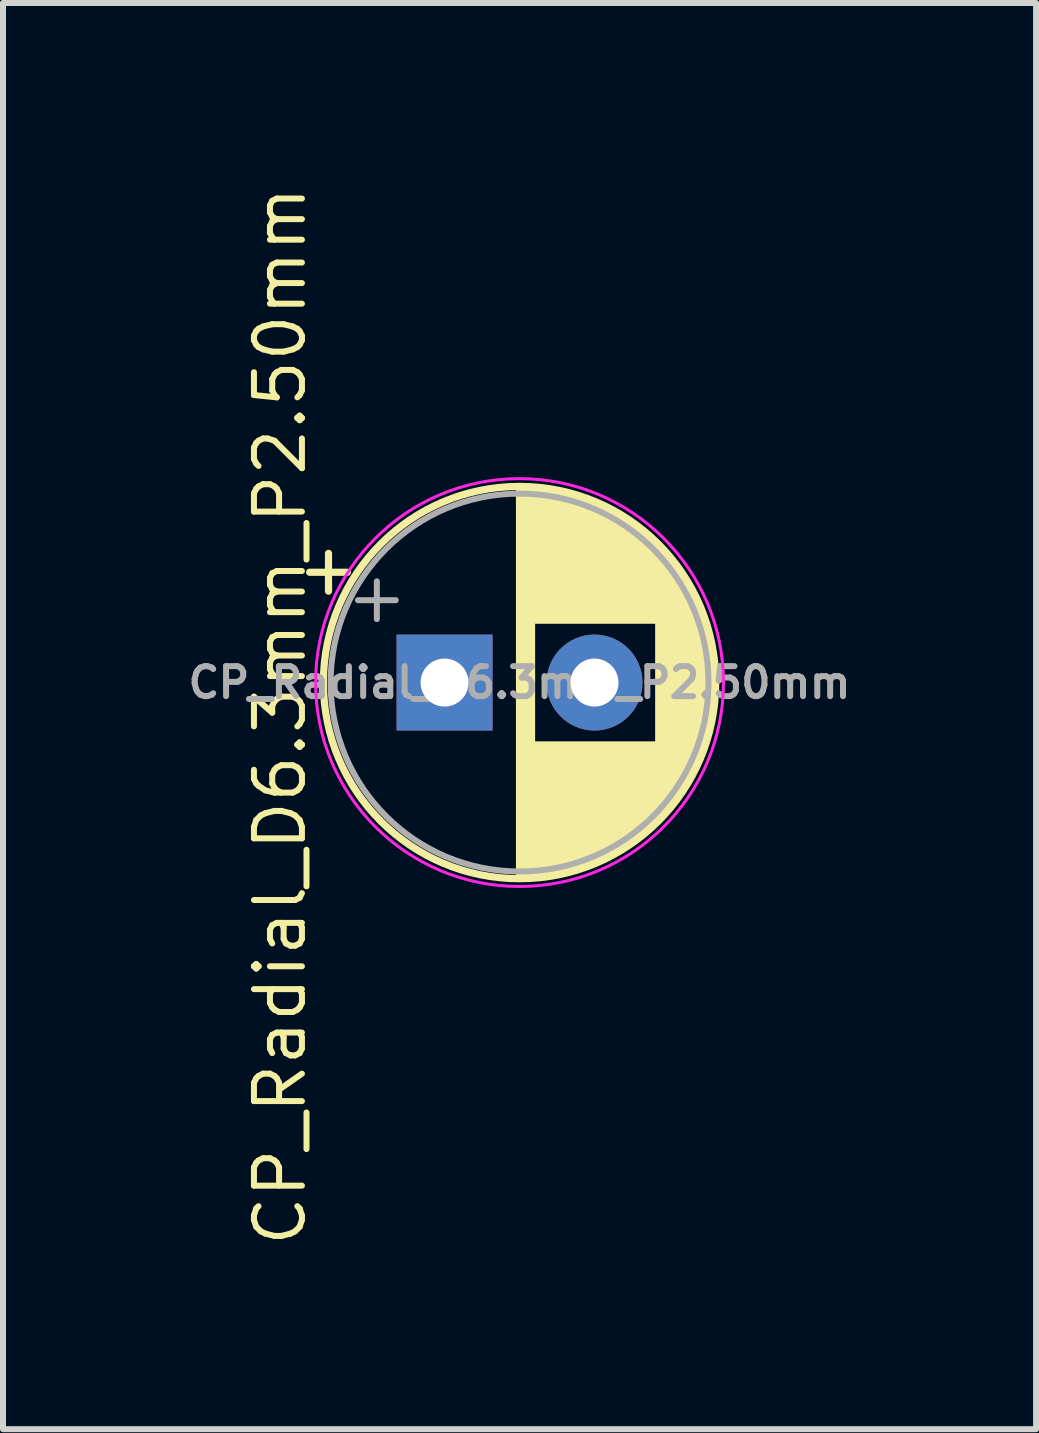
<source format=kicad_pcb>
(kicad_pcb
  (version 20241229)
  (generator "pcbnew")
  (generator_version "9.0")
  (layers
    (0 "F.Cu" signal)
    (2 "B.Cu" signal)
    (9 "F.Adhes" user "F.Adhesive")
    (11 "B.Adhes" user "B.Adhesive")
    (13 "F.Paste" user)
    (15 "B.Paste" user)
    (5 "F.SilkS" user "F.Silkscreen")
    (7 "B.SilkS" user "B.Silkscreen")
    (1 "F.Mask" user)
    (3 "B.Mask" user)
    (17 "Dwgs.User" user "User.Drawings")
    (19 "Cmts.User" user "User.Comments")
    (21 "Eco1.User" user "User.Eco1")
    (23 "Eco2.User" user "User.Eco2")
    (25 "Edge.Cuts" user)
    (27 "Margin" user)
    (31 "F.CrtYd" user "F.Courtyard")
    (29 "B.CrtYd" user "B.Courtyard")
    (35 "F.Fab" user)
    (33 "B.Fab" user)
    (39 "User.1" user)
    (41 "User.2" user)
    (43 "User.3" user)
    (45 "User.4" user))
  (footprint "CP_Radial_D6.3mm_P2.50mm"
    (layer "F.Cu")
    (at 4.362 8.33)
    (property "Reference" "CP_Radial_D6.3mm_P2.50mm" (at -2.743 0.559 90) (layer "F.SilkS") (effects (font (size 0.8 0.8) (thickness 0.1))))
    (attr through_hole)
    (fp_line (start -2.25 -1.839) (end -1.62 -1.839) (stroke (width 0.12) (type solid)) (layer "F.SilkS"))
    (fp_line (start -1.935 -2.154) (end -1.935 -1.524) (stroke (width 0.12) (type solid)) (layer "F.SilkS"))
    (fp_line (start 1.25 -3.23) (end 1.25 3.23) (stroke (width 0.12) (type solid)) (layer "F.SilkS"))
    (fp_line (start 1.29 -3.23) (end 1.29 3.23) (stroke (width 0.12) (type solid)) (layer "F.SilkS"))
    (fp_line (start 1.33 -3.23) (end 1.33 3.23) (stroke (width 0.12) (type solid)) (layer "F.SilkS"))
    (fp_line (start 1.37 -3.228) (end 1.37 3.228) (stroke (width 0.12) (type solid)) (layer "F.SilkS"))
    (fp_line (start 1.41 -3.227) (end 1.41 3.227) (stroke (width 0.12) (type solid)) (layer "F.SilkS"))
    (fp_line (start 1.45 -3.224) (end 1.45 3.224) (stroke (width 0.12) (type solid)) (layer "F.SilkS"))
    (fp_line (start 1.49 -3.222) (end 1.49 -1.04) (stroke (width 0.12) (type solid)) (layer "F.SilkS"))
    (fp_line (start 1.49 1.04) (end 1.49 3.222) (stroke (width 0.12) (type solid)) (layer "F.SilkS"))
    (fp_line (start 1.53 -3.218) (end 1.53 -1.04) (stroke (width 0.12) (type solid)) (layer "F.SilkS"))
    (fp_line (start 1.53 1.04) (end 1.53 3.218) (stroke (width 0.12) (type solid)) (layer "F.SilkS"))
    (fp_line (start 1.57 -3.215) (end 1.57 -1.04) (stroke (width 0.12) (type solid)) (layer "F.SilkS"))
    (fp_line (start 1.57 1.04) (end 1.57 3.215) (stroke (width 0.12) (type solid)) (layer "F.SilkS"))
    (fp_line (start 1.61 -3.211) (end 1.61 -1.04) (stroke (width 0.12) (type solid)) (layer "F.SilkS"))
    (fp_line (start 1.61 1.04) (end 1.61 3.211) (stroke (width 0.12) (type solid)) (layer "F.SilkS"))
    (fp_line (start 1.65 -3.206) (end 1.65 -1.04) (stroke (width 0.12) (type solid)) (layer "F.SilkS"))
    (fp_line (start 1.65 1.04) (end 1.65 3.206) (stroke (width 0.12) (type solid)) (layer "F.SilkS"))
    (fp_line (start 1.69 -3.201) (end 1.69 -1.04) (stroke (width 0.12) (type solid)) (layer "F.SilkS"))
    (fp_line (start 1.69 1.04) (end 1.69 3.201) (stroke (width 0.12) (type solid)) (layer "F.SilkS"))
    (fp_line (start 1.73 -3.195) (end 1.73 -1.04) (stroke (width 0.12) (type solid)) (layer "F.SilkS"))
    (fp_line (start 1.73 1.04) (end 1.73 3.195) (stroke (width 0.12) (type solid)) (layer "F.SilkS"))
    (fp_line (start 1.77 -3.189) (end 1.77 -1.04) (stroke (width 0.12) (type solid)) (layer "F.SilkS"))
    (fp_line (start 1.77 1.04) (end 1.77 3.189) (stroke (width 0.12) (type solid)) (layer "F.SilkS"))
    (fp_line (start 1.81 -3.182) (end 1.81 -1.04) (stroke (width 0.12) (type solid)) (layer "F.SilkS"))
    (fp_line (start 1.81 1.04) (end 1.81 3.182) (stroke (width 0.12) (type solid)) (layer "F.SilkS"))
    (fp_line (start 1.85 -3.175) (end 1.85 -1.04) (stroke (width 0.12) (type solid)) (layer "F.SilkS"))
    (fp_line (start 1.85 1.04) (end 1.85 3.175) (stroke (width 0.12) (type solid)) (layer "F.SilkS"))
    (fp_line (start 1.89 -3.167) (end 1.89 -1.04) (stroke (width 0.12) (type solid)) (layer "F.SilkS"))
    (fp_line (start 1.89 1.04) (end 1.89 3.167) (stroke (width 0.12) (type solid)) (layer "F.SilkS"))
    (fp_line (start 1.93 -3.159) (end 1.93 -1.04) (stroke (width 0.12) (type solid)) (layer "F.SilkS"))
    (fp_line (start 1.93 1.04) (end 1.93 3.159) (stroke (width 0.12) (type solid)) (layer "F.SilkS"))
    (fp_line (start 1.971 -3.15) (end 1.971 -1.04) (stroke (width 0.12) (type solid)) (layer "F.SilkS"))
    (fp_line (start 1.971 1.04) (end 1.971 3.15) (stroke (width 0.12) (type solid)) (layer "F.SilkS"))
    (fp_line (start 2.011 -3.141) (end 2.011 -1.04) (stroke (width 0.12) (type solid)) (layer "F.SilkS"))
    (fp_line (start 2.011 1.04) (end 2.011 3.141) (stroke (width 0.12) (type solid)) (layer "F.SilkS"))
    (fp_line (start 2.051 -3.131) (end 2.051 -1.04) (stroke (width 0.12) (type solid)) (layer "F.SilkS"))
    (fp_line (start 2.051 1.04) (end 2.051 3.131) (stroke (width 0.12) (type solid)) (layer "F.SilkS"))
    (fp_line (start 2.091 -3.121) (end 2.091 -1.04) (stroke (width 0.12) (type solid)) (layer "F.SilkS"))
    (fp_line (start 2.091 1.04) (end 2.091 3.121) (stroke (width 0.12) (type solid)) (layer "F.SilkS"))
    (fp_line (start 2.131 -3.11) (end 2.131 -1.04) (stroke (width 0.12) (type solid)) (layer "F.SilkS"))
    (fp_line (start 2.131 1.04) (end 2.131 3.11) (stroke (width 0.12) (type solid)) (layer "F.SilkS"))
    (fp_line (start 2.171 -3.098) (end 2.171 -1.04) (stroke (width 0.12) (type solid)) (layer "F.SilkS"))
    (fp_line (start 2.171 1.04) (end 2.171 3.098) (stroke (width 0.12) (type solid)) (layer "F.SilkS"))
    (fp_line (start 2.211 -3.086) (end 2.211 -1.04) (stroke (width 0.12) (type solid)) (layer "F.SilkS"))
    (fp_line (start 2.211 1.04) (end 2.211 3.086) (stroke (width 0.12) (type solid)) (layer "F.SilkS"))
    (fp_line (start 2.251 -3.074) (end 2.251 -1.04) (stroke (width 0.12) (type solid)) (layer "F.SilkS"))
    (fp_line (start 2.251 1.04) (end 2.251 3.074) (stroke (width 0.12) (type solid)) (layer "F.SilkS"))
    (fp_line (start 2.291 -3.061) (end 2.291 -1.04) (stroke (width 0.12) (type solid)) (layer "F.SilkS"))
    (fp_line (start 2.291 1.04) (end 2.291 3.061) (stroke (width 0.12) (type solid)) (layer "F.SilkS"))
    (fp_line (start 2.331 -3.047) (end 2.331 -1.04) (stroke (width 0.12) (type solid)) (layer "F.SilkS"))
    (fp_line (start 2.331 1.04) (end 2.331 3.047) (stroke (width 0.12) (type solid)) (layer "F.SilkS"))
    (fp_line (start 2.371 -3.033) (end 2.371 -1.04) (stroke (width 0.12) (type solid)) (layer "F.SilkS"))
    (fp_line (start 2.371 1.04) (end 2.371 3.033) (stroke (width 0.12) (type solid)) (layer "F.SilkS"))
    (fp_line (start 2.411 -3.018) (end 2.411 -1.04) (stroke (width 0.12) (type solid)) (layer "F.SilkS"))
    (fp_line (start 2.411 1.04) (end 2.411 3.018) (stroke (width 0.12) (type solid)) (layer "F.SilkS"))
    (fp_line (start 2.451 -3.002) (end 2.451 -1.04) (stroke (width 0.12) (type solid)) (layer "F.SilkS"))
    (fp_line (start 2.451 1.04) (end 2.451 3.002) (stroke (width 0.12) (type solid)) (layer "F.SilkS"))
    (fp_line (start 2.491 -2.986) (end 2.491 -1.04) (stroke (width 0.12) (type solid)) (layer "F.SilkS"))
    (fp_line (start 2.491 1.04) (end 2.491 2.986) (stroke (width 0.12) (type solid)) (layer "F.SilkS"))
    (fp_line (start 2.531 -2.97) (end 2.531 -1.04) (stroke (width 0.12) (type solid)) (layer "F.SilkS"))
    (fp_line (start 2.531 1.04) (end 2.531 2.97) (stroke (width 0.12) (type solid)) (layer "F.SilkS"))
    (fp_line (start 2.571 -2.952) (end 2.571 -1.04) (stroke (width 0.12) (type solid)) (layer "F.SilkS"))
    (fp_line (start 2.571 1.04) (end 2.571 2.952) (stroke (width 0.12) (type solid)) (layer "F.SilkS"))
    (fp_line (start 2.611 -2.934) (end 2.611 -1.04) (stroke (width 0.12) (type solid)) (layer "F.SilkS"))
    (fp_line (start 2.611 1.04) (end 2.611 2.934) (stroke (width 0.12) (type solid)) (layer "F.SilkS"))
    (fp_line (start 2.651 -2.916) (end 2.651 -1.04) (stroke (width 0.12) (type solid)) (layer "F.SilkS"))
    (fp_line (start 2.651 1.04) (end 2.651 2.916) (stroke (width 0.12) (type solid)) (layer "F.SilkS"))
    (fp_line (start 2.691 -2.896) (end 2.691 -1.04) (stroke (width 0.12) (type solid)) (layer "F.SilkS"))
    (fp_line (start 2.691 1.04) (end 2.691 2.896) (stroke (width 0.12) (type solid)) (layer "F.SilkS"))
    (fp_line (start 2.731 -2.876) (end 2.731 -1.04) (stroke (width 0.12) (type solid)) (layer "F.SilkS"))
    (fp_line (start 2.731 1.04) (end 2.731 2.876) (stroke (width 0.12) (type solid)) (layer "F.SilkS"))
    (fp_line (start 2.771 -2.856) (end 2.771 -1.04) (stroke (width 0.12) (type solid)) (layer "F.SilkS"))
    (fp_line (start 2.771 1.04) (end 2.771 2.856) (stroke (width 0.12) (type solid)) (layer "F.SilkS"))
    (fp_line (start 2.811 -2.834) (end 2.811 -1.04) (stroke (width 0.12) (type solid)) (layer "F.SilkS"))
    (fp_line (start 2.811 1.04) (end 2.811 2.834) (stroke (width 0.12) (type solid)) (layer "F.SilkS"))
    (fp_line (start 2.851 -2.812) (end 2.851 -1.04) (stroke (width 0.12) (type solid)) (layer "F.SilkS"))
    (fp_line (start 2.851 1.04) (end 2.851 2.812) (stroke (width 0.12) (type solid)) (layer "F.SilkS"))
    (fp_line (start 2.891 -2.79) (end 2.891 -1.04) (stroke (width 0.12) (type solid)) (layer "F.SilkS"))
    (fp_line (start 2.891 1.04) (end 2.891 2.79) (stroke (width 0.12) (type solid)) (layer "F.SilkS"))
    (fp_line (start 2.931 -2.766) (end 2.931 -1.04) (stroke (width 0.12) (type solid)) (layer "F.SilkS"))
    (fp_line (start 2.931 1.04) (end 2.931 2.766) (stroke (width 0.12) (type solid)) (layer "F.SilkS"))
    (fp_line (start 2.971 -2.742) (end 2.971 -1.04) (stroke (width 0.12) (type solid)) (layer "F.SilkS"))
    (fp_line (start 2.971 1.04) (end 2.971 2.742) (stroke (width 0.12) (type solid)) (layer "F.SilkS"))
    (fp_line (start 3.011 -2.716) (end 3.011 -1.04) (stroke (width 0.12) (type solid)) (layer "F.SilkS"))
    (fp_line (start 3.011 1.04) (end 3.011 2.716) (stroke (width 0.12) (type solid)) (layer "F.SilkS"))
    (fp_line (start 3.051 -2.69) (end 3.051 -1.04) (stroke (width 0.12) (type solid)) (layer "F.SilkS"))
    (fp_line (start 3.051 1.04) (end 3.051 2.69) (stroke (width 0.12) (type solid)) (layer "F.SilkS"))
    (fp_line (start 3.091 -2.664) (end 3.091 -1.04) (stroke (width 0.12) (type solid)) (layer "F.SilkS"))
    (fp_line (start 3.091 1.04) (end 3.091 2.664) (stroke (width 0.12) (type solid)) (layer "F.SilkS"))
    (fp_line (start 3.131 -2.636) (end 3.131 -1.04) (stroke (width 0.12) (type solid)) (layer "F.SilkS"))
    (fp_line (start 3.131 1.04) (end 3.131 2.636) (stroke (width 0.12) (type solid)) (layer "F.SilkS"))
    (fp_line (start 3.171 -2.607) (end 3.171 -1.04) (stroke (width 0.12) (type solid)) (layer "F.SilkS"))
    (fp_line (start 3.171 1.04) (end 3.171 2.607) (stroke (width 0.12) (type solid)) (layer "F.SilkS"))
    (fp_line (start 3.211 -2.578) (end 3.211 -1.04) (stroke (width 0.12) (type solid)) (layer "F.SilkS"))
    (fp_line (start 3.211 1.04) (end 3.211 2.578) (stroke (width 0.12) (type solid)) (layer "F.SilkS"))
    (fp_line (start 3.251 -2.548) (end 3.251 -1.04) (stroke (width 0.12) (type solid)) (layer "F.SilkS"))
    (fp_line (start 3.251 1.04) (end 3.251 2.548) (stroke (width 0.12) (type solid)) (layer "F.SilkS"))
    (fp_line (start 3.291 -2.516) (end 3.291 -1.04) (stroke (width 0.12) (type solid)) (layer "F.SilkS"))
    (fp_line (start 3.291 1.04) (end 3.291 2.516) (stroke (width 0.12) (type solid)) (layer "F.SilkS"))
    (fp_line (start 3.331 -2.484) (end 3.331 -1.04) (stroke (width 0.12) (type solid)) (layer "F.SilkS"))
    (fp_line (start 3.331 1.04) (end 3.331 2.484) (stroke (width 0.12) (type solid)) (layer "F.SilkS"))
    (fp_line (start 3.371 -2.45) (end 3.371 -1.04) (stroke (width 0.12) (type solid)) (layer "F.SilkS"))
    (fp_line (start 3.371 1.04) (end 3.371 2.45) (stroke (width 0.12) (type solid)) (layer "F.SilkS"))
    (fp_line (start 3.411 -2.416) (end 3.411 -1.04) (stroke (width 0.12) (type solid)) (layer "F.SilkS"))
    (fp_line (start 3.411 1.04) (end 3.411 2.416) (stroke (width 0.12) (type solid)) (layer "F.SilkS"))
    (fp_line (start 3.451 -2.38) (end 3.451 -1.04) (stroke (width 0.12) (type solid)) (layer "F.SilkS"))
    (fp_line (start 3.451 1.04) (end 3.451 2.38) (stroke (width 0.12) (type solid)) (layer "F.SilkS"))
    (fp_line (start 3.491 -2.343) (end 3.491 -1.04) (stroke (width 0.12) (type solid)) (layer "F.SilkS"))
    (fp_line (start 3.491 1.04) (end 3.491 2.343) (stroke (width 0.12) (type solid)) (layer "F.SilkS"))
    (fp_line (start 3.531 -2.305) (end 3.531 -1.04) (stroke (width 0.12) (type solid)) (layer "F.SilkS"))
    (fp_line (start 3.531 1.04) (end 3.531 2.305) (stroke (width 0.12) (type solid)) (layer "F.SilkS"))
    (fp_line (start 3.571 -2.265) (end 3.571 2.265) (stroke (width 0.12) (type solid)) (layer "F.SilkS"))
    (fp_line (start 3.611 -2.224) (end 3.611 2.224) (stroke (width 0.12) (type solid)) (layer "F.SilkS"))
    (fp_line (start 3.651 -2.182) (end 3.651 2.182) (stroke (width 0.12) (type solid)) (layer "F.SilkS"))
    (fp_line (start 3.691 -2.137) (end 3.691 2.137) (stroke (width 0.12) (type solid)) (layer "F.SilkS"))
    (fp_line (start 3.731 -2.092) (end 3.731 2.092) (stroke (width 0.12) (type solid)) (layer "F.SilkS"))
    (fp_line (start 3.771 -2.044) (end 3.771 2.044) (stroke (width 0.12) (type solid)) (layer "F.SilkS"))
    (fp_line (start 3.811 -1.995) (end 3.811 1.995) (stroke (width 0.12) (type solid)) (layer "F.SilkS"))
    (fp_line (start 3.851 -1.944) (end 3.851 1.944) (stroke (width 0.12) (type solid)) (layer "F.SilkS"))
    (fp_line (start 3.891 -1.89) (end 3.891 1.89) (stroke (width 0.12) (type solid)) (layer "F.SilkS"))
    (fp_line (start 3.931 -1.834) (end 3.931 1.834) (stroke (width 0.12) (type solid)) (layer "F.SilkS"))
    (fp_line (start 3.971 -1.776) (end 3.971 1.776) (stroke (width 0.12) (type solid)) (layer "F.SilkS"))
    (fp_line (start 4.011 -1.714) (end 4.011 1.714) (stroke (width 0.12) (type solid)) (layer "F.SilkS"))
    (fp_line (start 4.051 -1.65) (end 4.051 1.65) (stroke (width 0.12) (type solid)) (layer "F.SilkS"))
    (fp_line (start 4.091 -1.581) (end 4.091 1.581) (stroke (width 0.12) (type solid)) (layer "F.SilkS"))
    (fp_line (start 4.131 -1.509) (end 4.131 1.509) (stroke (width 0.12) (type solid)) (layer "F.SilkS"))
    (fp_line (start 4.171 -1.432) (end 4.171 1.432) (stroke (width 0.12) (type solid)) (layer "F.SilkS"))
    (fp_line (start 4.211 -1.35) (end 4.211 1.35) (stroke (width 0.12) (type solid)) (layer "F.SilkS"))
    (fp_line (start 4.251 -1.262) (end 4.251 1.262) (stroke (width 0.12) (type solid)) (layer "F.SilkS"))
    (fp_line (start 4.291 -1.165) (end 4.291 1.165) (stroke (width 0.12) (type solid)) (layer "F.SilkS"))
    (fp_line (start 4.331 -1.059) (end 4.331 1.059) (stroke (width 0.12) (type solid)) (layer "F.SilkS"))
    (fp_line (start 4.371 -0.94) (end 4.371 0.94) (stroke (width 0.12) (type solid)) (layer "F.SilkS"))
    (fp_line (start 4.411 -0.802) (end 4.411 0.802) (stroke (width 0.12) (type solid)) (layer "F.SilkS"))
    (fp_line (start 4.451 -0.633) (end 4.451 0.633) (stroke (width 0.12) (type solid)) (layer "F.SilkS"))
    (fp_line (start 4.491 -0.402) (end 4.491 0.402) (stroke (width 0.12) (type solid)) (layer "F.SilkS"))
    (fp_circle (center 1.25 0) (end 4.52 0) (stroke (width 0.12) (type solid)) (fill no) (layer "F.SilkS"))
    (fp_circle (center 1.25 0) (end 4.65 0) (stroke (width 0.05) (type solid)) (fill no) (layer "F.CrtYd"))
    (fp_line (start -1.444 -1.373) (end -0.814 -1.373) (stroke (width 0.1) (type solid)) (layer "F.Fab"))
    (fp_line (start -1.129 -1.688) (end -1.129 -1.058) (stroke (width 0.1) (type solid)) (layer "F.Fab"))
    (fp_circle (center 1.25 0) (end 4.4 0) (stroke (width 0.1) (type solid)) (fill no) (layer "F.Fab"))
    (fp_text user "${REFERENCE}" (at 1.25 0 180) (layer "F.Fab") (effects (font (size 0.5 0.5) (thickness 0.1))))
    (pad "1" thru_hole rect (at 0 0) (size 1.6 1.6) (drill 0.8) (layers "*.Cu" "*.Mask"))
    (pad "2" thru_hole circle (at 2.5 0) (size 1.6 1.6) (drill 0.8) (layers "*.Cu" "*.Mask")))
  (gr_rect
    (start -3 -3)
    (end 14.224 20.778)
    (stroke (width 0.1) (type default))
    (fill no)
    (layer "Edge.Cuts")))
</source>
